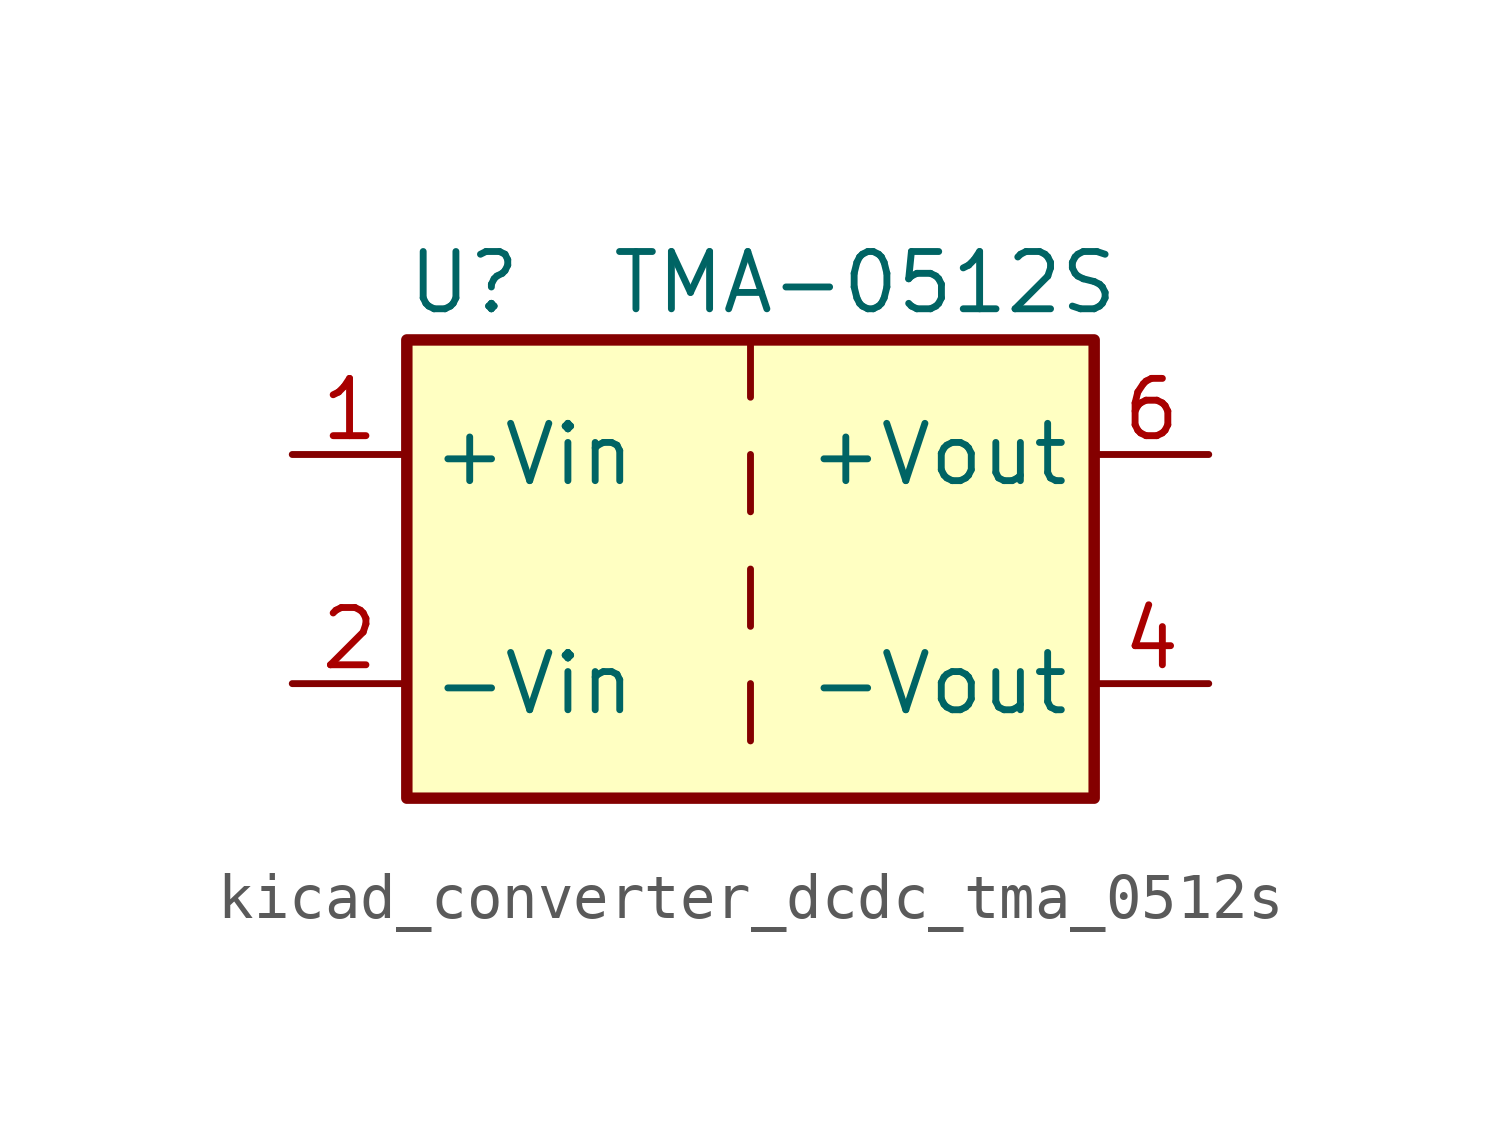
<source format=kicad_sym>
(kicad_symbol_lib
  (version 20220914)
  (generator kicad_symbol_editor)
  (symbol "kicad_converter_dcdc_tma_0512s"
    (property "Reference" "U"
      (at -6.35 6.35 0)
      (effects (font (size 1.27 1.27))))
    (property "Value" "TMA-0512S"
      (at 2.54 6.35 0)
      (effects (font (size 1.27 1.27))))
    (symbol "kicad_converter_dcdc_tma_0512s_0_1"
      (rectangle (start -7.62 5.08) (end 7.62 -5.08) (stroke (width 0.254) (type default)) (fill (type background)))
      (polyline (pts (xy 0 -2.54) (xy 0 -3.81)) (stroke (width 0) (type default)) (fill (type none)))
      (polyline (pts (xy 0 0) (xy 0 -1.27)) (stroke (width 0) (type default)) (fill (type none)))
      (polyline (pts (xy 0 2.54) (xy 0 1.27)) (stroke (width 0) (type default)) (fill (type none)))
      (polyline (pts (xy 0 5.08) (xy 0 3.81)) (stroke (width 0) (type default)) (fill (type none))))
    (symbol "kicad_converter_dcdc_tma_0512s_1_1"
      (pin power_in line (at -10.16 2.54 0) (length 2.54) (name "+Vin" (effects (font (size 1.27 1.27)))) (number "1" (effects (font (size 1.27 1.27)))))
      (pin power_in line (at -10.16 -2.54 0) (length 2.54) (name "-Vin" (effects (font (size 1.27 1.27)))) (number "2" (effects (font (size 1.27 1.27)))))
      (pin power_out line (at 10.16 -2.54 180) (length 2.54) (name "-Vout" (effects (font (size 1.27 1.27)))) (number "4" (effects (font (size 1.27 1.27)))))
      (pin power_out line (at 10.16 2.54 180) (length 2.54) (name "+Vout" (effects (font (size 1.27 1.27)))) (number "6" (effects (font (size 1.27 1.27))))))))
</source>
